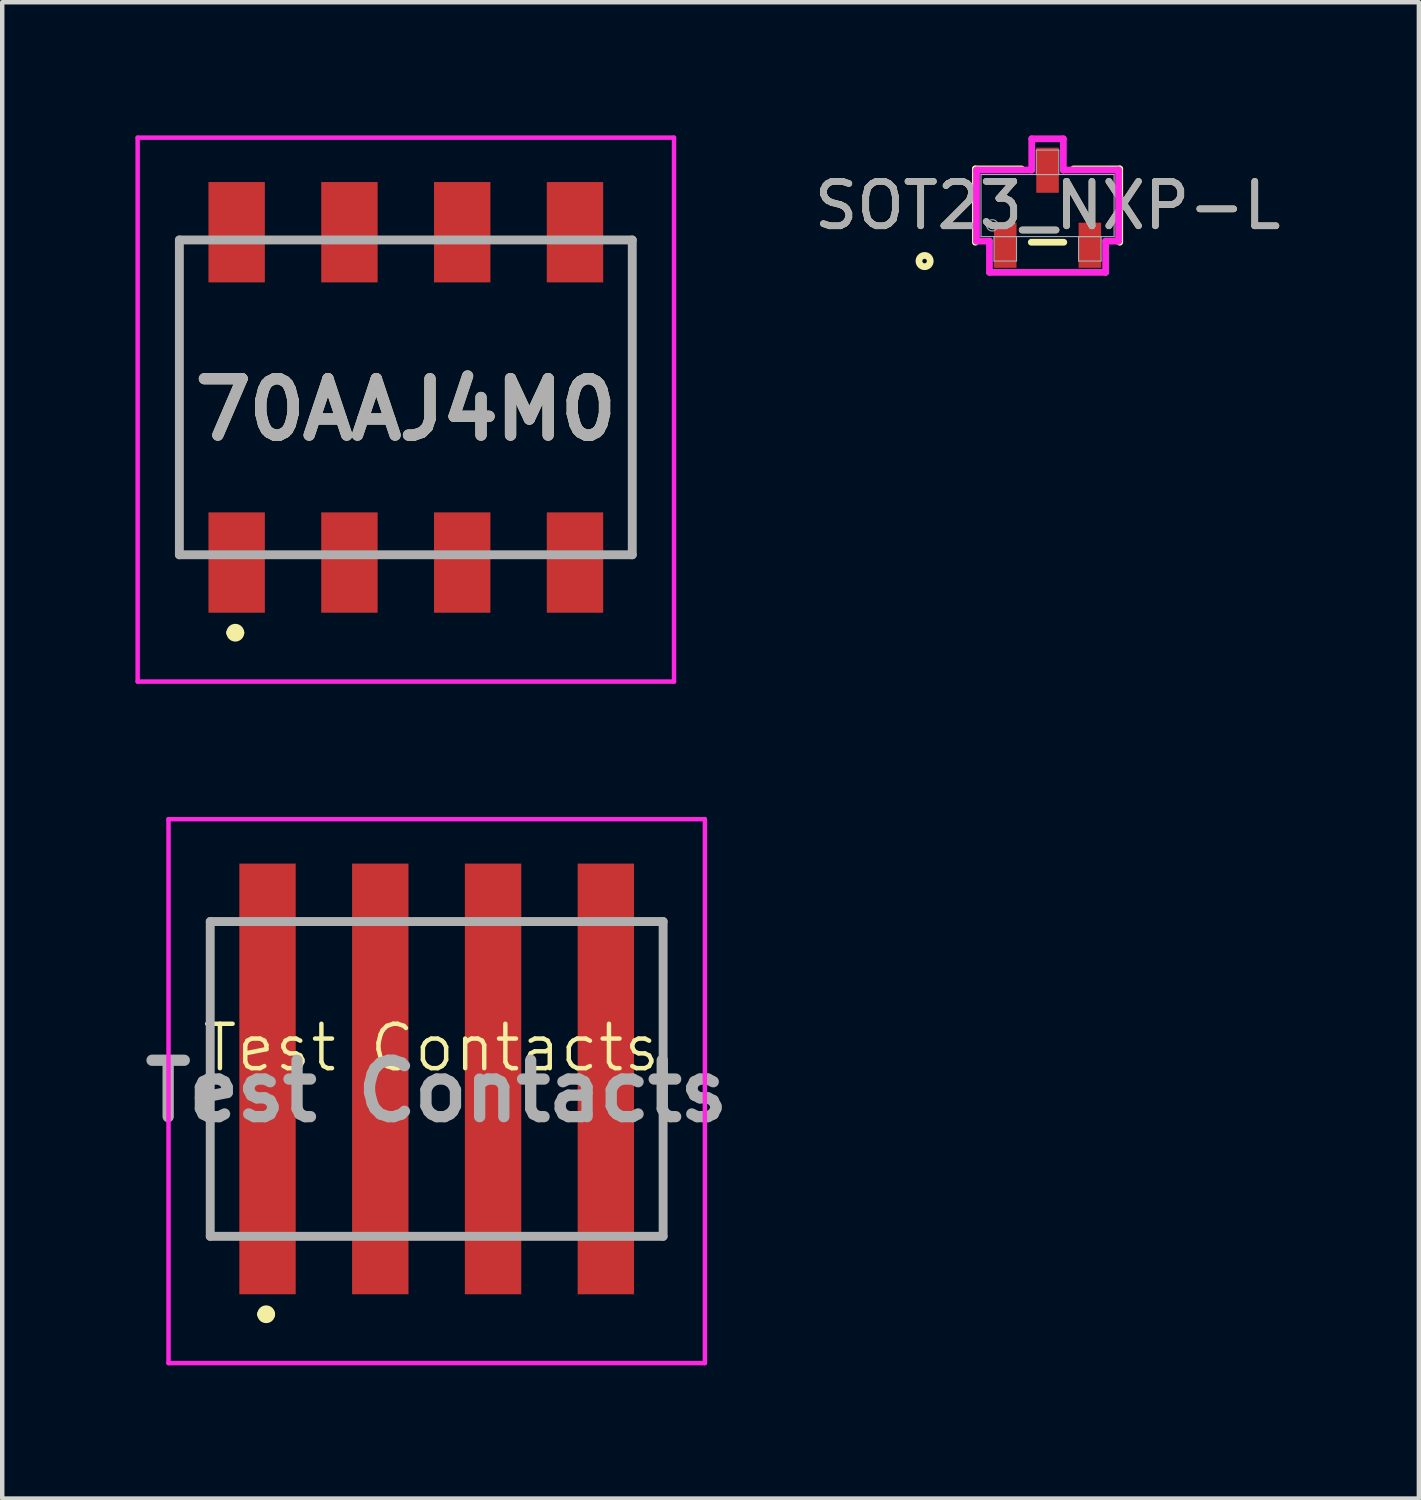
<source format=kicad_pcb>
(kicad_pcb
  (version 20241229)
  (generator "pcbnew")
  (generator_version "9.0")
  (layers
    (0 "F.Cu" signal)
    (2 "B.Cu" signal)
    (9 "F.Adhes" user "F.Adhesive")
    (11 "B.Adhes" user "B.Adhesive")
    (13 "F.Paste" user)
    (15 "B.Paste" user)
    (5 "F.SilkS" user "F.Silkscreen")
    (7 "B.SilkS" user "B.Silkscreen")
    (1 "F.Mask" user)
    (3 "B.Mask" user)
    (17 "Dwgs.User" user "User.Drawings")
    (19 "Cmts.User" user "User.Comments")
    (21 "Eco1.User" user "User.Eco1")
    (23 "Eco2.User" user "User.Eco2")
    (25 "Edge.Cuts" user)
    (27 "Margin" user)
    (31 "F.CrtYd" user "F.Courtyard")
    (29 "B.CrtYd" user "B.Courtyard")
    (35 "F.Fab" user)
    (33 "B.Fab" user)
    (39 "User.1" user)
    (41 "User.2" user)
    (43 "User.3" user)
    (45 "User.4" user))
  (footprint "SOT23_NXP-L"
    (layer "F.Cu")
    (at 20.543 1.58)
    (property "Reference" "SOT23_NXP-L" (at 0 0 0) (unlocked yes) (layer "F.SilkS") (effects (font (size 1 1) (thickness 0.15))))
    (attr smd)
    (fp_line (start -1.626 -0.826) (end -1.626 0.826) (stroke (width 0.152) (type solid)) (layer "F.SilkS"))
    (fp_line (start -0.587 -0.826) (end -1.626 -0.826) (stroke (width 0.152) (type solid)) (layer "F.SilkS"))
    (fp_line (start -0.366 0.826) (end 0.366 0.826) (stroke (width 0.152) (type solid)) (layer "F.SilkS"))
    (fp_line (start 1.626 -0.826) (end 0.587 -0.826) (stroke (width 0.152) (type solid)) (layer "F.SilkS"))
    (fp_line (start 1.626 0.826) (end 1.626 -0.826) (stroke (width 0.152) (type solid)) (layer "F.SilkS"))
    (fp_circle (center -2.769 1.25) (end -2.642 1.25) (stroke (width 0.152) (type solid)) (fill no) (layer "F.SilkS"))
    (fp_line (start -1.6 -0.8) (end -0.356 -0.8) (stroke (width 0.152) (type solid)) (layer "F.CrtYd"))
    (fp_line (start -1.6 0.8) (end -1.6 -0.8) (stroke (width 0.152) (type solid)) (layer "F.CrtYd"))
    (fp_line (start -1.6 0.8) (end -1.308 0.8) (stroke (width 0.152) (type solid)) (layer "F.CrtYd"))
    (fp_line (start -1.308 0.8) (end -1.308 1.504) (stroke (width 0.152) (type solid)) (layer "F.CrtYd"))
    (fp_line (start -1.308 1.504) (end 1.308 1.504) (stroke (width 0.152) (type solid)) (layer "F.CrtYd"))
    (fp_line (start -0.356 -1.504) (end 0.356 -1.504) (stroke (width 0.152) (type solid)) (layer "F.CrtYd"))
    (fp_line (start -0.356 -0.8) (end -0.356 -1.504) (stroke (width 0.152) (type solid)) (layer "F.CrtYd"))
    (fp_line (start 0.356 -0.8) (end 0.356 -1.504) (stroke (width 0.152) (type solid)) (layer "F.CrtYd"))
    (fp_line (start 1.308 0.8) (end 1.308 1.504) (stroke (width 0.152) (type solid)) (layer "F.CrtYd"))
    (fp_line (start 1.6 -0.8) (end 0.356 -0.8) (stroke (width 0.152) (type solid)) (layer "F.CrtYd"))
    (fp_line (start 1.6 -0.8) (end 1.6 0.8) (stroke (width 0.152) (type solid)) (layer "F.CrtYd"))
    (fp_line (start 1.6 0.8) (end 1.308 0.8) (stroke (width 0.152) (type solid)) (layer "F.CrtYd"))
    (fp_line (start -1.499 -0.699) (end -1.499 0.699) (stroke (width 0.025) (type solid)) (layer "F.Fab"))
    (fp_line (start -1.499 0.699) (end 1.499 0.699) (stroke (width 0.025) (type solid)) (layer "F.Fab"))
    (fp_line (start -1.206 0.699) (end -1.206 1.25) (stroke (width 0.025) (type solid)) (layer "F.Fab"))
    (fp_line (start -1.206 1.25) (end -0.699 1.25) (stroke (width 0.025) (type solid)) (layer "F.Fab"))
    (fp_line (start -0.699 0.699) (end -1.206 0.699) (stroke (width 0.025) (type solid)) (layer "F.Fab"))
    (fp_line (start -0.699 1.25) (end -0.699 0.699) (stroke (width 0.025) (type solid)) (layer "F.Fab"))
    (fp_line (start -0.254 -1.25) (end -0.254 -0.699) (stroke (width 0.025) (type solid)) (layer "F.Fab"))
    (fp_line (start -0.254 -0.699) (end 0.254 -0.699) (stroke (width 0.025) (type solid)) (layer "F.Fab"))
    (fp_line (start 0.254 -1.25) (end -0.254 -1.25) (stroke (width 0.025) (type solid)) (layer "F.Fab"))
    (fp_line (start 0.254 -0.699) (end 0.254 -1.25) (stroke (width 0.025) (type solid)) (layer "F.Fab"))
    (fp_line (start 0.699 0.699) (end 0.699 1.25) (stroke (width 0.025) (type solid)) (layer "F.Fab"))
    (fp_line (start 0.699 1.25) (end 1.206 1.25) (stroke (width 0.025) (type solid)) (layer "F.Fab"))
    (fp_line (start 1.206 0.699) (end 0.699 0.699) (stroke (width 0.025) (type solid)) (layer "F.Fab"))
    (fp_line (start 1.206 1.25) (end 1.206 0.699) (stroke (width 0.025) (type solid)) (layer "F.Fab"))
    (fp_line (start 1.499 -0.699) (end -1.499 -0.699) (stroke (width 0.025) (type solid)) (layer "F.Fab"))
    (fp_line (start 1.499 0.699) (end 1.499 -0.699) (stroke (width 0.025) (type solid)) (layer "F.Fab"))
    (fp_circle (center -1.245 0.445) (end -1.118 0.445) (stroke (width 0.025) (type solid)) (fill no) (layer "F.Fab"))
    (fp_text user "${REFERENCE}" (at 0 0 0) (unlocked yes) (layer "F.Fab") (effects (font (size 1 1) (thickness 0.15))))
    (pad "1" smd rect (at -0.953 0.894) (size 0.508 1.016) (layers "F.Cu" "F.Mask" "F.Paste"))
    (pad "2" smd rect (at 0.953 0.894) (size 0.508 1.016) (layers "F.Cu" "F.Mask" "F.Paste"))
    (pad "3" smd rect (at 0 -0.796) (size 0.508 1.016) (layers "F.Cu" "F.Mask" "F.Paste")))
  (footprint "70AAJ4M0"
    (layer "F.Cu")
    (at 6.09 5.9)
    (property "Reference" "70AAJ4M0" (at 0 0.275 0) (layer "F.SilkS") (effects (font (size 1.27 1.27) (thickness 0.254))))
    (attr smd)
    (fp_line (start -5.1 -3.545) (end -5.1 3.545) (stroke (width 0.1) (type solid)) (layer "F.SilkS"))
    (fp_line (start -3.94 5.3) (end -3.94 5.3) (stroke (width 0.2) (type solid)) (layer "F.SilkS"))
    (fp_line (start -3.74 5.3) (end -3.74 5.3) (stroke (width 0.2) (type solid)) (layer "F.SilkS"))
    (fp_line (start 5.1 -3.545) (end 5.1 3.545) (stroke (width 0.1) (type solid)) (layer "F.SilkS"))
    (fp_arc (start -3.94 5.3) (mid -3.84 5.2) (end -3.74 5.3) (stroke (width 0.2) (type solid)) (layer "F.SilkS"))
    (fp_arc (start -3.74 5.3) (mid -3.84 5.4) (end -3.94 5.3) (stroke (width 0.2) (type solid)) (layer "F.SilkS"))
    (fp_line (start -6.04 -5.85) (end 6.04 -5.85) (stroke (width 0.1) (type solid)) (layer "F.CrtYd"))
    (fp_line (start -6.04 6.4) (end -6.04 -5.85) (stroke (width 0.1) (type solid)) (layer "F.CrtYd"))
    (fp_line (start 6.04 -5.85) (end 6.04 6.4) (stroke (width 0.1) (type solid)) (layer "F.CrtYd"))
    (fp_line (start 6.04 6.4) (end -6.04 6.4) (stroke (width 0.1) (type solid)) (layer "F.CrtYd"))
    (fp_line (start -5.1 -3.545) (end 5.1 -3.545) (stroke (width 0.2) (type solid)) (layer "F.Fab"))
    (fp_line (start -5.1 3.545) (end -5.1 -3.545) (stroke (width 0.2) (type solid)) (layer "F.Fab"))
    (fp_line (start 5.1 -3.545) (end 5.1 3.545) (stroke (width 0.2) (type solid)) (layer "F.Fab"))
    (fp_line (start 5.1 3.545) (end -5.1 3.545) (stroke (width 0.2) (type solid)) (layer "F.Fab"))
    (fp_text user "${REFERENCE}" (at 0 0.275 0) (layer "F.Fab") (effects (font (size 1.27 1.27) (thickness 0.254))))
    (pad "1" smd rect (at -3.81 3.72) (size 1.27 2.26) (layers "F.Cu" "F.Mask" "F.Paste"))
    (pad "2" smd rect (at -1.27 3.72) (size 1.27 2.26) (layers "F.Cu" "F.Mask" "F.Paste"))
    (pad "3" smd rect (at 1.27 3.72) (size 1.27 2.26) (layers "F.Cu" "F.Mask" "F.Paste"))
    (pad "4" smd rect (at 3.81 3.72) (size 1.27 2.26) (layers "F.Cu" "F.Mask" "F.Paste"))
    (pad "5" smd rect (at 3.81 -3.72) (size 1.27 2.26) (layers "F.Cu" "F.Mask" "F.Paste"))
    (pad "6" smd rect (at 1.27 -3.72) (size 1.27 2.26) (layers "F.Cu" "F.Mask" "F.Paste"))
    (pad "7" smd rect (at -1.27 -3.72) (size 1.27 2.26) (layers "F.Cu" "F.Mask" "F.Paste"))
    (pad "8" smd rect (at -3.81 -3.72) (size 1.27 2.26) (layers "F.Cu" "F.Mask" "F.Paste")))
  (footprint "Test Contacts"
    (layer "F.Cu")
    (at 6.665 21.05)
    (property "Reference" "Test Contacts" (at 0 -0.5 0) (unlocked yes) (layer "F.SilkS") (effects (font (size 1 1) (thickness 0.1))))
    (attr board_only exclude_from_pos_files exclude_from_bom)
    (fp_line (start -4.98 -3.345) (end -4.98 3.745) (stroke (width 0.1) (type solid)) (layer "F.SilkS"))
    (fp_line (start -3.82 5.5) (end -3.82 5.5) (stroke (width 0.2) (type solid)) (layer "F.SilkS"))
    (fp_line (start -3.62 5.5) (end -3.62 5.5) (stroke (width 0.2) (type solid)) (layer "F.SilkS"))
    (fp_line (start 5.22 -3.345) (end 5.22 3.745) (stroke (width 0.1) (type solid)) (layer "F.SilkS"))
    (fp_arc (start -3.82 5.5) (mid -3.72 5.4) (end -3.619999 5.5) (stroke (width 0.2) (type solid)) (layer "F.SilkS"))
    (fp_arc (start -3.619999 5.5) (mid -3.72 5.600001) (end -3.82 5.5) (stroke (width 0.2) (type solid)) (layer "F.SilkS"))
    (fp_line (start -5.92 -5.65) (end 6.16 -5.65) (stroke (width 0.1) (type solid)) (layer "F.CrtYd"))
    (fp_line (start -5.92 6.6) (end -5.92 -5.65) (stroke (width 0.1) (type solid)) (layer "F.CrtYd"))
    (fp_line (start 6.16 -5.65) (end 6.16 6.6) (stroke (width 0.1) (type solid)) (layer "F.CrtYd"))
    (fp_line (start 6.16 6.6) (end -5.92 6.6) (stroke (width 0.1) (type solid)) (layer "F.CrtYd"))
    (fp_line (start -4.98 -3.345) (end 5.22 -3.345) (stroke (width 0.2) (type solid)) (layer "F.Fab"))
    (fp_line (start -4.98 3.745) (end -4.98 -3.345) (stroke (width 0.2) (type solid)) (layer "F.Fab"))
    (fp_line (start 5.22 -3.345) (end 5.22 3.745) (stroke (width 0.2) (type solid)) (layer "F.Fab"))
    (fp_line (start 5.22 3.745) (end -4.98 3.745) (stroke (width 0.2) (type solid)) (layer "F.Fab"))
    (fp_text user "${REFERENCE}" (at 0.12 0.475 0) (layer "F.Fab") (effects (font (size 1.27 1.27) (thickness 0.254))))
    (pad "1" smd rect (at -3.69 0.2) (size 1.27 9.7) (layers "F.Cu" "F.Mask" "F.Paste"))
    (pad "2" smd rect (at -1.15 0.2) (size 1.27 9.7) (layers "F.Cu" "F.Mask" "F.Paste"))
    (pad "3" smd rect (at 1.39 0.2) (size 1.27 9.7) (layers "F.Cu" "F.Mask" "F.Paste"))
    (pad "4" smd rect (at 3.93 0.2) (size 1.27 9.7) (layers "F.Cu" "F.Mask" "F.Paste")))
  (gr_rect
    (start -3 -3)
    (end 28.906 30.7)
    (stroke (width 0.1) (type default))
    (fill no)
    (layer "Edge.Cuts")))
</source>
